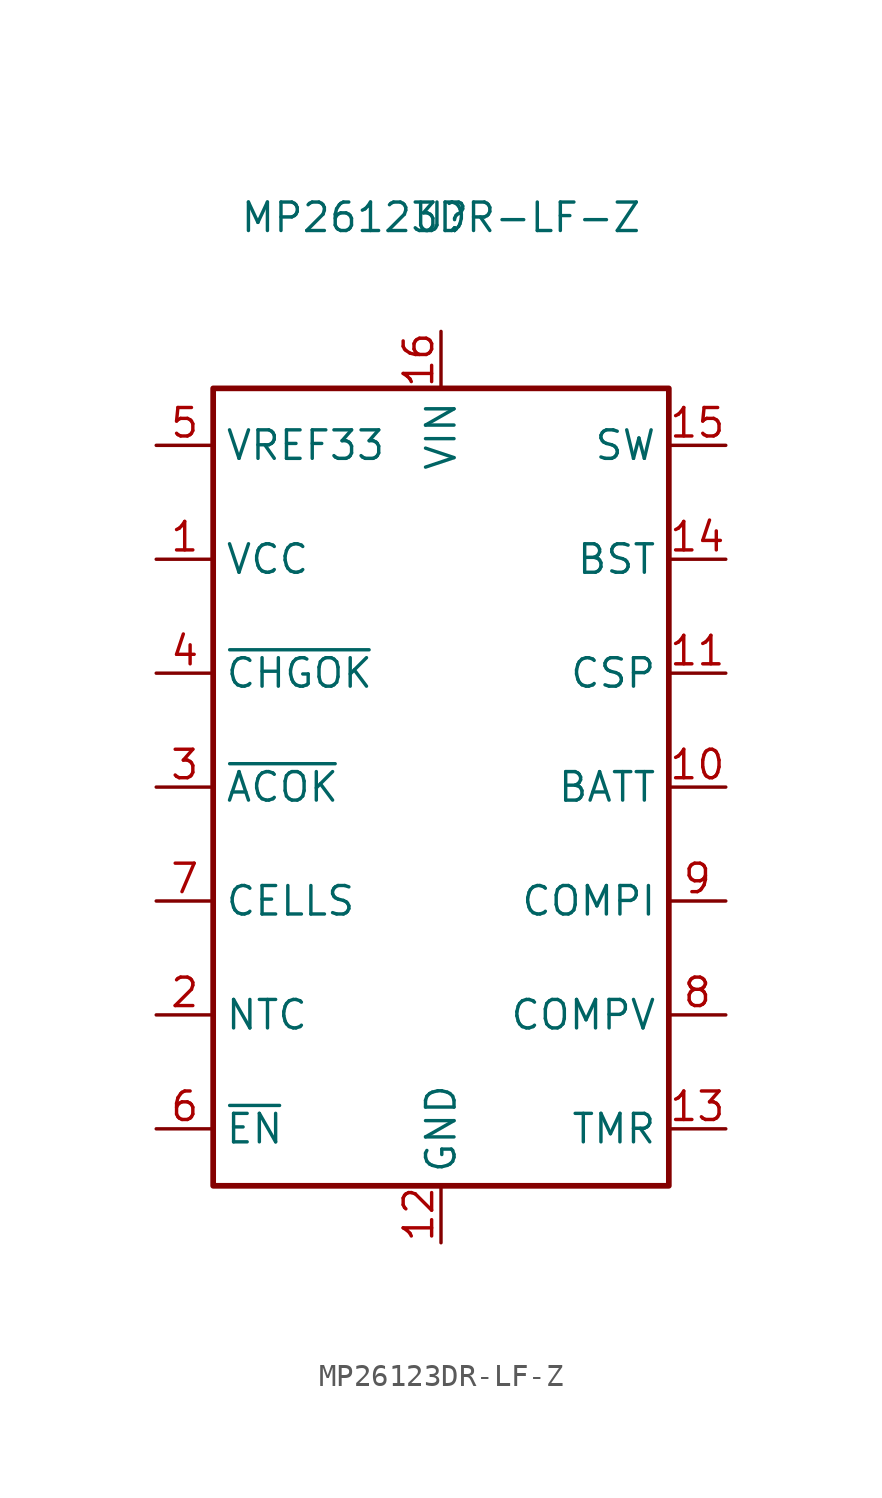
<source format=kicad_sym>
(kicad_symbol_lib
  (version 20211014)
  (generator kicad_symbol_editor)
  (symbol "MP26123DR-LF-Z"
    (property "Reference" "U"
      (at 0 25.4 0)
      (effects (font (size 1.27 1.27))))
    (property "Value" "MP26123DR-LF-Z"
      (at 0 25.4 0)
      (effects (font (size 1.27 1.27))))
    (symbol "MP26123DR-LF-Z_0_1"
      (rectangle (start -10.16 17.78) (end 10.16 -17.78) (stroke (width 0.254) (type default) (color 0 0 0 0)) (fill (type none))))
    (symbol "MP26123DR-LF-Z_1_1"
      (pin power_in line (at -12.7 10.16 0) (length 2.54) (name "VCC" (effects (font (size 1.27 1.27)))) (number "1" (effects (font (size 1.27 1.27)))))
      (pin passive line (at 12.7 0 180) (length 2.54) (name "BATT" (effects (font (size 1.27 1.27)))) (number "10" (effects (font (size 1.27 1.27)))))
      (pin input line (at 12.7 5.08 180) (length 2.54) (name "CSP" (effects (font (size 1.27 1.27)))) (number "11" (effects (font (size 1.27 1.27)))))
      (pin power_in line (at 0 -20.32 90) (length 2.54) (name "GND" (effects (font (size 1.27 1.27)))) (number "12" (effects (font (size 1.27 1.27)))))
      (pin passive line (at 12.7 -15.24 180) (length 2.54) (name "TMR" (effects (font (size 1.27 1.27)))) (number "13" (effects (font (size 1.27 1.27)))))
      (pin passive line (at 12.7 10.16 180) (length 2.54) (name "BST" (effects (font (size 1.27 1.27)))) (number "14" (effects (font (size 1.27 1.27)))))
      (pin power_out line (at 12.7 15.24 180) (length 2.54) (name "SW" (effects (font (size 1.27 1.27)))) (number "15" (effects (font (size 1.27 1.27)))))
      (pin power_in line (at 0 20.32 270) (length 2.54) (name "VIN" (effects (font (size 1.27 1.27)))) (number "16" (effects (font (size 1.27 1.27)))))
      (pin passive line (at 0 -20.32 90) (length 2.54) hide (name "GND" (effects (font (size 1.27 1.27)))) (number "17" (effects (font (size 1.27 1.27)))))
      (pin input line (at -12.7 -10.16 0) (length 2.54) (name "NTC" (effects (font (size 1.27 1.27)))) (number "2" (effects (font (size 1.27 1.27)))))
      (pin output line (at -12.7 0 0) (length 2.54) (name "~{ACOK}" (effects (font (size 1.27 1.27)))) (number "3" (effects (font (size 1.27 1.27)))))
      (pin output line (at -12.7 5.08 0) (length 2.54) (name "~{CHGOK}" (effects (font (size 1.27 1.27)))) (number "4" (effects (font (size 1.27 1.27)))))
      (pin output line (at -12.7 15.24 0) (length 2.54) (name "VREF33" (effects (font (size 1.27 1.27)))) (number "5" (effects (font (size 1.27 1.27)))))
      (pin input line (at -12.7 -15.24 0) (length 2.54) (name "~{EN}" (effects (font (size 1.27 1.27)))) (number "6" (effects (font (size 1.27 1.27)))))
      (pin input line (at -12.7 -5.08 0) (length 2.54) (name "CELLS" (effects (font (size 1.27 1.27)))) (number "7" (effects (font (size 1.27 1.27)))))
      (pin passive line (at 12.7 -10.16 180) (length 2.54) (name "COMPV" (effects (font (size 1.27 1.27)))) (number "8" (effects (font (size 1.27 1.27)))))
      (pin passive line (at 12.7 -5.08 180) (length 2.54) (name "COMPI" (effects (font (size 1.27 1.27)))) (number "9" (effects (font (size 1.27 1.27))))))))
</source>
